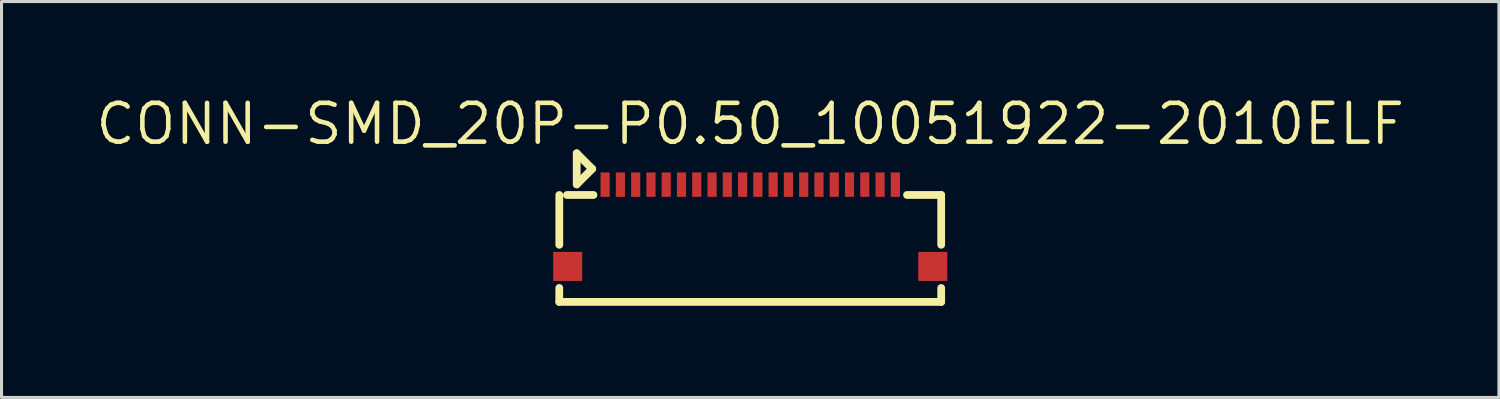
<source format=kicad_pcb>
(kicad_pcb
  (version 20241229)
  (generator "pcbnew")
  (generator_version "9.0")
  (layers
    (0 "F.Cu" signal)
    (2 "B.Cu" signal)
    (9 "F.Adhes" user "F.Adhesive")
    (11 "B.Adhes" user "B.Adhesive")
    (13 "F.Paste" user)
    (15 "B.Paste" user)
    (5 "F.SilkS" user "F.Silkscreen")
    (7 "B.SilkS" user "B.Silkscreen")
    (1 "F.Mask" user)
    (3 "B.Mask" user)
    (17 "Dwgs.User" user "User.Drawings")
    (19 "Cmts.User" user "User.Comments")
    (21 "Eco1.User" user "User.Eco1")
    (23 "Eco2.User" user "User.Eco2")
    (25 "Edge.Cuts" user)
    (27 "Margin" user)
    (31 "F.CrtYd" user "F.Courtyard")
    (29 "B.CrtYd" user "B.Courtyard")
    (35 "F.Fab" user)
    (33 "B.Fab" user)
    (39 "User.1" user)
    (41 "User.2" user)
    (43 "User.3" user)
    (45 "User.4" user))
  (footprint "CONN-SMD_20P-P0.50_10051922-2010ELF"
    (layer "F.Cu")
    (at 21.507 4.332)
    (property "Reference" "CONN-SMD_20P-P0.50_10051922-2010ELF" (at 0 -3.325 0) (unlocked yes) (layer "F.SilkS") (effects (font (size 1.27 1.27) (thickness 0.15))))
    (fp_line (start -6.251 2.5) (end -6.251 2.043) (stroke (width 0.254) (type default)) (layer "F.SilkS"))
    (fp_line (start -6.251 2.5) (end 6.25 2.5) (stroke (width 0.254) (type default)) (layer "F.SilkS"))
    (fp_line (start -6.25 0.631) (end -6.25 -1) (stroke (width 0.254) (type default)) (layer "F.SilkS"))
    (fp_line (start -6 -1) (end -5.131 -1) (stroke (width 0.254) (type default)) (layer "F.SilkS"))
    (fp_line (start -5.68 -2.364) (end -5.172 -1.855) (stroke (width 0.254) (type default)) (layer "F.SilkS"))
    (fp_line (start -5.68 -1.347) (end -5.68 -2.364) (stroke (width 0.254) (type default)) (layer "F.SilkS"))
    (fp_line (start -5.172 -1.855) (end -5.68 -1.347) (stroke (width 0.254) (type default)) (layer "F.SilkS"))
    (fp_line (start 5.131 -1) (end 6.25 -1) (stroke (width 0.254) (type default)) (layer "F.SilkS"))
    (fp_line (start 6.25 -1) (end 6.25 0.631) (stroke (width 0.254) (type default)) (layer "F.SilkS"))
    (fp_line (start 6.25 2.044) (end 6.25 2.5) (stroke (width 0.254) (type default)) (layer "F.SilkS"))
    (fp_circle (center -6.275 -1.525) (end -6.225 -1.525) (stroke (width 0.1) (type default)) (fill no) (layer "User.5"))
    (pad "0" smd rect (at -5.975 1.338) (size 0.95 0.95) (layers "F.Cu" "F.Mask" "F.Paste"))
    (pad "0" smd rect (at 5.975 1.338) (size 0.95 0.95) (layers "F.Cu" "F.Mask" "F.Paste"))
    (pad "1" smd rect (at -4.75 -1.338) (size 0.3 0.8) (layers "F.Cu" "F.Mask" "F.Paste"))
    (pad "2" smd rect (at -4.25 -1.338) (size 0.3 0.8) (layers "F.Cu" "F.Mask" "F.Paste"))
    (pad "3" smd rect (at -3.75 -1.338) (size 0.3 0.8) (layers "F.Cu" "F.Mask" "F.Paste"))
    (pad "4" smd rect (at -3.25 -1.338) (size 0.3 0.8) (layers "F.Cu" "F.Mask" "F.Paste"))
    (pad "5" smd rect (at -2.75 -1.338) (size 0.3 0.8) (layers "F.Cu" "F.Mask" "F.Paste"))
    (pad "6" smd rect (at -2.25 -1.338) (size 0.3 0.8) (layers "F.Cu" "F.Mask" "F.Paste"))
    (pad "7" smd rect (at -1.75 -1.338) (size 0.3 0.8) (layers "F.Cu" "F.Mask" "F.Paste"))
    (pad "8" smd rect (at -1.25 -1.338) (size 0.3 0.8) (layers "F.Cu" "F.Mask" "F.Paste"))
    (pad "9" smd rect (at -0.75 -1.338) (size 0.3 0.8) (layers "F.Cu" "F.Mask" "F.Paste"))
    (pad "10" smd rect (at -0.25 -1.338) (size 0.3 0.8) (layers "F.Cu" "F.Mask" "F.Paste"))
    (pad "11" smd rect (at 0.25 -1.338) (size 0.3 0.8) (layers "F.Cu" "F.Mask" "F.Paste"))
    (pad "12" smd rect (at 0.75 -1.338) (size 0.3 0.8) (layers "F.Cu" "F.Mask" "F.Paste"))
    (pad "13" smd rect (at 1.25 -1.338) (size 0.3 0.8) (layers "F.Cu" "F.Mask" "F.Paste"))
    (pad "14" smd rect (at 1.75 -1.338) (size 0.3 0.8) (layers "F.Cu" "F.Mask" "F.Paste"))
    (pad "15" smd rect (at 2.25 -1.338) (size 0.3 0.8) (layers "F.Cu" "F.Mask" "F.Paste"))
    (pad "16" smd rect (at 2.75 -1.338) (size 0.3 0.8) (layers "F.Cu" "F.Mask" "F.Paste"))
    (pad "17" smd rect (at 3.25 -1.338) (size 0.3 0.8) (layers "F.Cu" "F.Mask" "F.Paste"))
    (pad "18" smd rect (at 3.75 -1.338) (size 0.3 0.8) (layers "F.Cu" "F.Mask" "F.Paste"))
    (pad "19" smd rect (at 4.25 -1.338) (size 0.3 0.8) (layers "F.Cu" "F.Mask" "F.Paste"))
    (pad "20" smd rect (at 4.75 -1.338) (size 0.3 0.8) (layers "F.Cu" "F.Mask" "F.Paste"))
    (zone (net_name "") (layer "Dwgs.User") (hatch edge 0.5) (priority 100) (connect_pads yes) (min_thickness 0) (filled_areas_thickness no) (fill yes) (polygon (pts (xy 15.792 2.046) (xy 15.792 2.935) (xy 16.3 2.427))) (filled_polygon (layer "Dwgs.User") (island) (pts (xy 15.792 2.046) (xy 15.792 2.935) (xy 16.3 2.427))))
    (zone (net_name "") (layer "User.3") (hatch edge 0.5) (priority 100) (connect_pads yes) (min_thickness 0) (filled_areas_thickness no) (fill yes) (polygon (pts (xy 15.257 6.606) (xy 15.257 3.206) (xy 27.757 3.082) (xy 27.757 6.582))) (filled_polygon (layer "User.3") (island) (pts (xy 15.257 6.606) (xy 15.257 3.206) (xy 27.757 3.082) (xy 27.757 6.582))))
    (zone (net_name "") (layer "User.4") (hatch edge 0.5) (priority 100) (connect_pads yes) (min_thickness 0) (filled_areas_thickness no) (fill yes) (polygon (pts (xy 15.232 5.369) (xy 15.832 5.369) (xy 15.832 5.969) (xy 15.232 5.969))) (filled_polygon (layer "User.4") (island) (pts (xy 15.232 5.369) (xy 15.832 5.369) (xy 15.832 5.969) (xy 15.232 5.969))))
    (zone (net_name "") (layer "User.4") (hatch edge 0.5) (priority 100) (connect_pads yes) (min_thickness 0) (filled_areas_thickness no) (fill yes) (polygon (pts (xy 16.667 2.807) (xy 16.847 2.807) (xy 16.847 3.207) (xy 16.667 3.207))) (filled_polygon (layer "User.4") (island) (pts (xy 16.667 2.807) (xy 16.847 2.807) (xy 16.847 3.207) (xy 16.667 3.207))))
    (zone (net_name "") (layer "User.4") (hatch edge 0.5) (priority 100) (connect_pads yes) (min_thickness 0) (filled_areas_thickness no) (fill yes) (polygon (pts (xy 17.167 2.807) (xy 17.347 2.807) (xy 17.347 3.207) (xy 17.167 3.207))) (filled_polygon (layer "User.4") (island) (pts (xy 17.167 2.807) (xy 17.347 2.807) (xy 17.347 3.207) (xy 17.167 3.207))))
    (zone (net_name "") (layer "User.4") (hatch edge 0.5) (priority 100) (connect_pads yes) (min_thickness 0) (filled_areas_thickness no) (fill yes) (polygon (pts (xy 17.667 2.807) (xy 17.847 2.807) (xy 17.847 3.207) (xy 17.667 3.207))) (filled_polygon (layer "User.4") (island) (pts (xy 17.667 2.807) (xy 17.847 2.807) (xy 17.847 3.207) (xy 17.667 3.207))))
    (zone (net_name "") (layer "User.4") (hatch edge 0.5) (priority 100) (connect_pads yes) (min_thickness 0) (filled_areas_thickness no) (fill yes) (polygon (pts (xy 18.167 2.807) (xy 18.347 2.807) (xy 18.347 3.207) (xy 18.167 3.207))) (filled_polygon (layer "User.4") (island) (pts (xy 18.167 2.807) (xy 18.347 2.807) (xy 18.347 3.207) (xy 18.167 3.207))))
    (zone (net_name "") (layer "User.4") (hatch edge 0.5) (priority 100) (connect_pads yes) (min_thickness 0) (filled_areas_thickness no) (fill yes) (polygon (pts (xy 18.667 2.807) (xy 18.847 2.807) (xy 18.847 3.207) (xy 18.667 3.207))) (filled_polygon (layer "User.4") (island) (pts (xy 18.667 2.807) (xy 18.847 2.807) (xy 18.847 3.207) (xy 18.667 3.207))))
    (zone (net_name "") (layer "User.4") (hatch edge 0.5) (priority 100) (connect_pads yes) (min_thickness 0) (filled_areas_thickness no) (fill yes) (polygon (pts (xy 19.167 2.807) (xy 19.347 2.807) (xy 19.347 3.207) (xy 19.167 3.207))) (filled_polygon (layer "User.4") (island) (pts (xy 19.167 2.807) (xy 19.347 2.807) (xy 19.347 3.207) (xy 19.167 3.207))))
    (zone (net_name "") (layer "User.4") (hatch edge 0.5) (priority 100) (connect_pads yes) (min_thickness 0) (filled_areas_thickness no) (fill yes) (polygon (pts (xy 19.667 2.807) (xy 19.847 2.807) (xy 19.847 3.207) (xy 19.667 3.207))) (filled_polygon (layer "User.4") (island) (pts (xy 19.667 2.807) (xy 19.847 2.807) (xy 19.847 3.207) (xy 19.667 3.207))))
    (zone (net_name "") (layer "User.4") (hatch edge 0.5) (priority 100) (connect_pads yes) (min_thickness 0) (filled_areas_thickness no) (fill yes) (polygon (pts (xy 20.167 2.807) (xy 20.347 2.807) (xy 20.347 3.207) (xy 20.167 3.207))) (filled_polygon (layer "User.4") (island) (pts (xy 20.167 2.807) (xy 20.347 2.807) (xy 20.347 3.207) (xy 20.167 3.207))))
    (zone (net_name "") (layer "User.4") (hatch edge 0.5) (priority 100) (connect_pads yes) (min_thickness 0) (filled_areas_thickness no) (fill yes) (polygon (pts (xy 20.667 2.807) (xy 20.847 2.807) (xy 20.847 3.207) (xy 20.667 3.207))) (filled_polygon (layer "User.4") (island) (pts (xy 20.667 2.807) (xy 20.847 2.807) (xy 20.847 3.207) (xy 20.667 3.207))))
    (zone (net_name "") (layer "User.4") (hatch edge 0.5) (priority 100) (connect_pads yes) (min_thickness 0) (filled_areas_thickness no) (fill yes) (polygon (pts (xy 21.167 2.807) (xy 21.347 2.807) (xy 21.347 3.207) (xy 21.167 3.207))) (filled_polygon (layer "User.4") (island) (pts (xy 21.167 2.807) (xy 21.347 2.807) (xy 21.347 3.207) (xy 21.167 3.207))))
    (zone (net_name "") (layer "User.4") (hatch edge 0.5) (priority 100) (connect_pads yes) (min_thickness 0) (filled_areas_thickness no) (fill yes) (polygon (pts (xy 21.667 2.807) (xy 21.847 2.807) (xy 21.847 3.207) (xy 21.667 3.207))) (filled_polygon (layer "User.4") (island) (pts (xy 21.667 2.807) (xy 21.847 2.807) (xy 21.847 3.207) (xy 21.667 3.207))))
    (zone (net_name "") (layer "User.4") (hatch edge 0.5) (priority 100) (connect_pads yes) (min_thickness 0) (filled_areas_thickness no) (fill yes) (polygon (pts (xy 22.167 2.807) (xy 22.347 2.807) (xy 22.347 3.207) (xy 22.167 3.207))) (filled_polygon (layer "User.4") (island) (pts (xy 22.167 2.807) (xy 22.347 2.807) (xy 22.347 3.207) (xy 22.167 3.207))))
    (zone (net_name "") (layer "User.4") (hatch edge 0.5) (priority 100) (connect_pads yes) (min_thickness 0) (filled_areas_thickness no) (fill yes) (polygon (pts (xy 22.667 2.807) (xy 22.847 2.807) (xy 22.847 3.207) (xy 22.667 3.207))) (filled_polygon (layer "User.4") (island) (pts (xy 22.667 2.807) (xy 22.847 2.807) (xy 22.847 3.207) (xy 22.667 3.207))))
    (zone (net_name "") (layer "User.4") (hatch edge 0.5) (priority 100) (connect_pads yes) (min_thickness 0) (filled_areas_thickness no) (fill yes) (polygon (pts (xy 23.167 2.807) (xy 23.347 2.807) (xy 23.347 3.207) (xy 23.167 3.207))) (filled_polygon (layer "User.4") (island) (pts (xy 23.167 2.807) (xy 23.347 2.807) (xy 23.347 3.207) (xy 23.167 3.207))))
    (zone (net_name "") (layer "User.4") (hatch edge 0.5) (priority 100) (connect_pads yes) (min_thickness 0) (filled_areas_thickness no) (fill yes) (polygon (pts (xy 23.667 2.807) (xy 23.847 2.807) (xy 23.847 3.207) (xy 23.667 3.207))) (filled_polygon (layer "User.4") (island) (pts (xy 23.667 2.807) (xy 23.847 2.807) (xy 23.847 3.207) (xy 23.667 3.207))))
    (zone (net_name "") (layer "User.4") (hatch edge 0.5) (priority 100) (connect_pads yes) (min_thickness 0) (filled_areas_thickness no) (fill yes) (polygon (pts (xy 24.167 2.807) (xy 24.347 2.807) (xy 24.347 3.207) (xy 24.167 3.207))) (filled_polygon (layer "User.4") (island) (pts (xy 24.167 2.807) (xy 24.347 2.807) (xy 24.347 3.207) (xy 24.167 3.207))))
    (zone (net_name "") (layer "User.4") (hatch edge 0.5) (priority 100) (connect_pads yes) (min_thickness 0) (filled_areas_thickness no) (fill yes) (polygon (pts (xy 24.667 2.807) (xy 24.847 2.807) (xy 24.847 3.207) (xy 24.667 3.207))) (filled_polygon (layer "User.4") (island) (pts (xy 24.667 2.807) (xy 24.847 2.807) (xy 24.847 3.207) (xy 24.667 3.207))))
    (zone (net_name "") (layer "User.4") (hatch edge 0.5) (priority 100) (connect_pads yes) (min_thickness 0) (filled_areas_thickness no) (fill yes) (polygon (pts (xy 25.167 2.807) (xy 25.347 2.807) (xy 25.347 3.207) (xy 25.167 3.207))) (filled_polygon (layer "User.4") (island) (pts (xy 25.167 2.807) (xy 25.347 2.807) (xy 25.347 3.207) (xy 25.167 3.207))))
    (zone (net_name "") (layer "User.4") (hatch edge 0.5) (priority 100) (connect_pads yes) (min_thickness 0) (filled_areas_thickness no) (fill yes) (polygon (pts (xy 25.667 2.807) (xy 25.847 2.807) (xy 25.847 3.207) (xy 25.667 3.207))) (filled_polygon (layer "User.4") (island) (pts (xy 25.667 2.807) (xy 25.847 2.807) (xy 25.847 3.207) (xy 25.667 3.207))))
    (zone (net_name "") (layer "User.4") (hatch edge 0.5) (priority 100) (connect_pads yes) (min_thickness 0) (filled_areas_thickness no) (fill yes) (polygon (pts (xy 26.167 2.807) (xy 26.347 2.807) (xy 26.347 3.207) (xy 26.167 3.207))) (filled_polygon (layer "User.4") (island) (pts (xy 26.167 2.807) (xy 26.347 2.807) (xy 26.347 3.207) (xy 26.167 3.207))))
    (zone (net_name "") (layer "User.4") (hatch edge 0.5) (priority 100) (connect_pads yes) (min_thickness 0) (filled_areas_thickness no) (fill yes) (polygon (pts (xy 27.182 5.369) (xy 27.782 5.369) (xy 27.782 5.969) (xy 27.182 5.969))) (filled_polygon (layer "User.4") (island) (pts (xy 27.182 5.369) (xy 27.782 5.369) (xy 27.782 5.969) (xy 27.182 5.969)))))
  (gr_rect
    (start -3 -3)
    (end 46.013 9.959)
    (stroke (width 0.1) (type default))
    (fill no)
    (layer "Edge.Cuts")))
</source>
